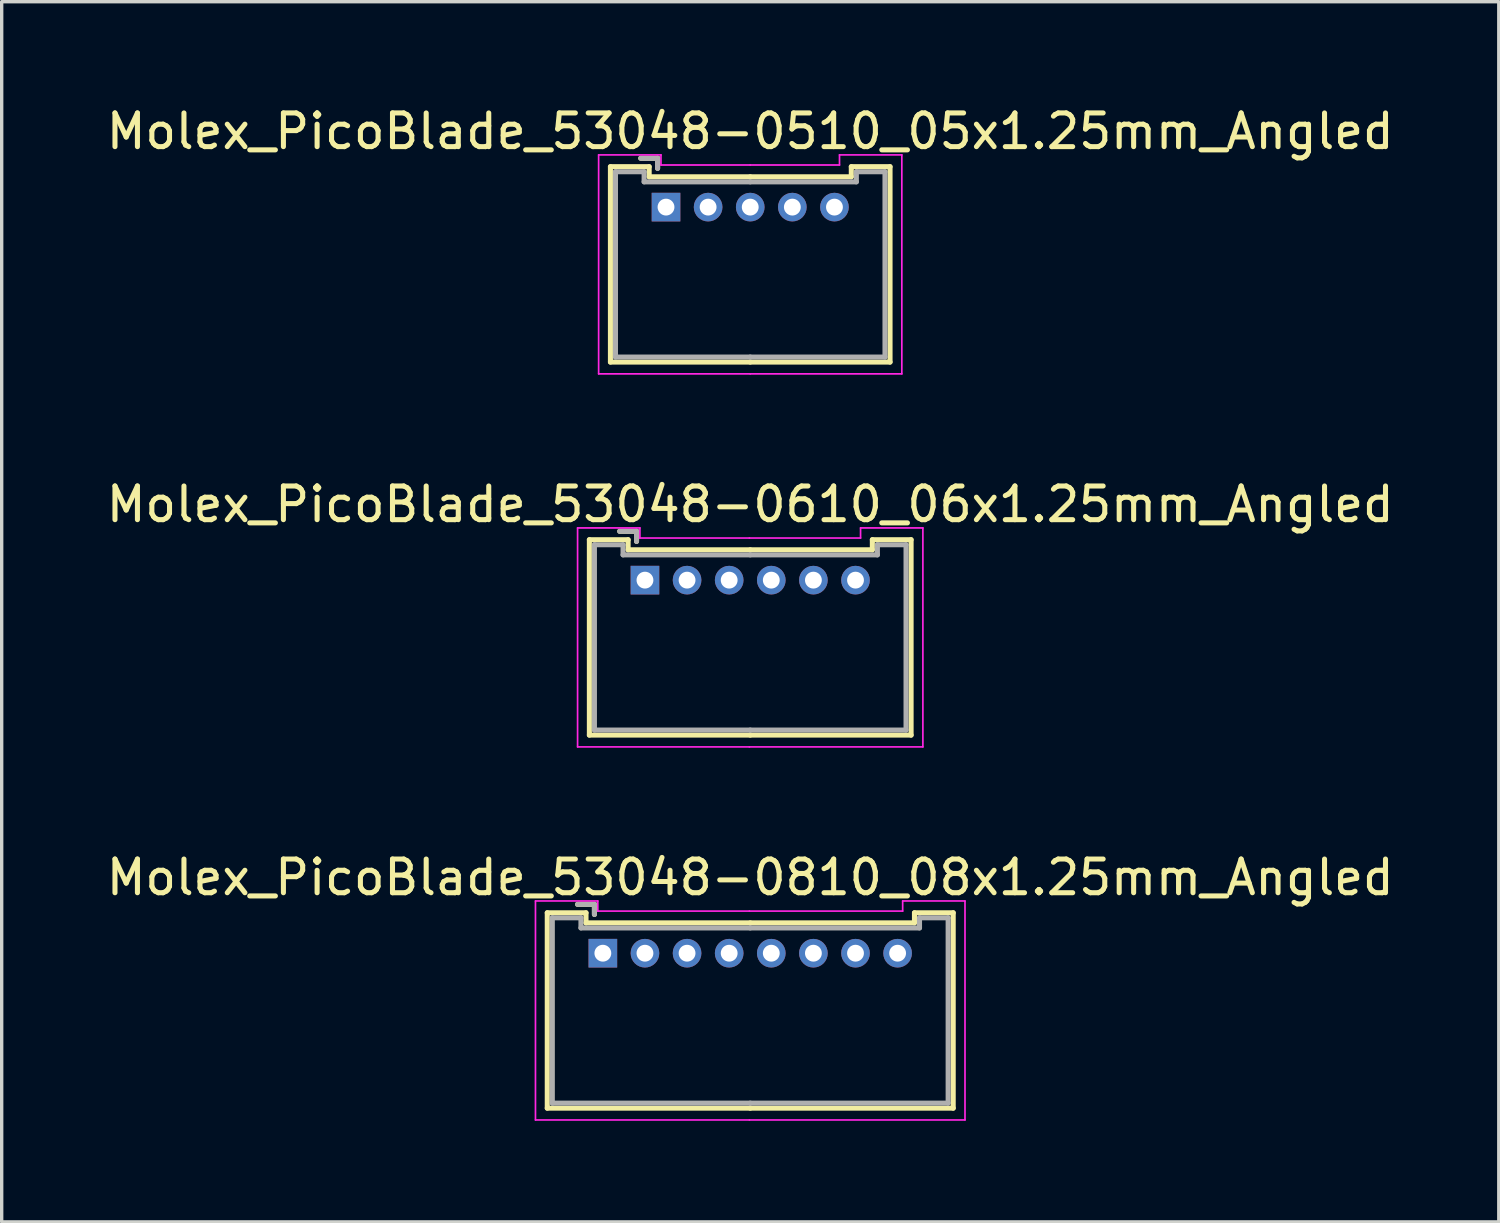
<source format=kicad_pcb>
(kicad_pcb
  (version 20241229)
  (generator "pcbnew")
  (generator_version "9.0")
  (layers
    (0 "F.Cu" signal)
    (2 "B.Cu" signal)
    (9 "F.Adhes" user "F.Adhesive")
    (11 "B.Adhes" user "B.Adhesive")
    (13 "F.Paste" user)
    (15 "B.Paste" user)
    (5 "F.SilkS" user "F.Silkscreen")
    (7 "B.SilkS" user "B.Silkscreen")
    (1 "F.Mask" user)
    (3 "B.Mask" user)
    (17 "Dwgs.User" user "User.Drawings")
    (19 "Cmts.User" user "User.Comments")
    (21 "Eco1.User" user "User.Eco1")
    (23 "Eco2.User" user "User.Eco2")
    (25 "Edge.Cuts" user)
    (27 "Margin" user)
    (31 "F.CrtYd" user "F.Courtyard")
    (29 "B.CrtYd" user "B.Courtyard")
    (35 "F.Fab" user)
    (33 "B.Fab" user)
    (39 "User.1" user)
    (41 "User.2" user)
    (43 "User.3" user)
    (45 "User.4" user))
  (footprint "Molex_PicoBlade_53048-0610_06x1.25mm_Angled"
    (layer "F.Cu")
    (at 16.095 14.171)
    (property "Reference" "Molex_PicoBlade_53048-0610_06x1.25mm_Angled" (at 3.125 -2.25 0) (layer "F.SilkS") (effects (font (size 1 1) (thickness 0.15))))
    (attr through_hole)
    (fp_line (start -1.65 -1.2) (end -1.65 4.6) (stroke (width 0.15) (type solid)) (layer "F.SilkS"))
    (fp_line (start -1.65 4.6) (end 3.125 4.6) (stroke (width 0.15) (type solid)) (layer "F.SilkS"))
    (fp_line (start -0.5 -1.2) (end -1.65 -1.2) (stroke (width 0.15) (type solid)) (layer "F.SilkS"))
    (fp_line (start -0.5 -0.9) (end -0.5 -1.2) (stroke (width 0.15) (type solid)) (layer "F.SilkS"))
    (fp_line (start -0.25 -1.45) (end -0.75 -1.45) (stroke (width 0.15) (type solid)) (layer "F.SilkS"))
    (fp_line (start -0.25 -1.15) (end -0.25 -1.45) (stroke (width 0.15) (type solid)) (layer "F.SilkS"))
    (fp_line (start 3.125 -0.9) (end -0.5 -0.9) (stroke (width 0.15) (type solid)) (layer "F.SilkS"))
    (fp_line (start 3.125 -0.9) (end 6.75 -0.9) (stroke (width 0.15) (type solid)) (layer "F.SilkS"))
    (fp_line (start 6.75 -1.2) (end 7.9 -1.2) (stroke (width 0.15) (type solid)) (layer "F.SilkS"))
    (fp_line (start 6.75 -0.9) (end 6.75 -1.2) (stroke (width 0.15) (type solid)) (layer "F.SilkS"))
    (fp_line (start 7.9 -1.2) (end 7.9 4.6) (stroke (width 0.15) (type solid)) (layer "F.SilkS"))
    (fp_line (start 7.9 4.6) (end 3.125 4.6) (stroke (width 0.15) (type solid)) (layer "F.SilkS"))
    (fp_line (start -2 -1.55) (end -2 4.95) (stroke (width 0.05) (type solid)) (layer "F.CrtYd"))
    (fp_line (start -2 4.95) (end 3.1 4.95) (stroke (width 0.05) (type solid)) (layer "F.CrtYd"))
    (fp_line (start -0.15 -1.55) (end -2 -1.55) (stroke (width 0.05) (type solid)) (layer "F.CrtYd"))
    (fp_line (start -0.15 -1.25) (end -0.15 -1.55) (stroke (width 0.05) (type solid)) (layer "F.CrtYd"))
    (fp_line (start 3.1 -1.25) (end -0.15 -1.25) (stroke (width 0.05) (type solid)) (layer "F.CrtYd"))
    (fp_line (start 3.1 -1.25) (end 6.4 -1.25) (stroke (width 0.05) (type solid)) (layer "F.CrtYd"))
    (fp_line (start 6.4 -1.55) (end 8.25 -1.55) (stroke (width 0.05) (type solid)) (layer "F.CrtYd"))
    (fp_line (start 6.4 -1.25) (end 6.4 -1.55) (stroke (width 0.05) (type solid)) (layer "F.CrtYd"))
    (fp_line (start 8.25 -1.55) (end 8.25 4.95) (stroke (width 0.05) (type solid)) (layer "F.CrtYd"))
    (fp_line (start 8.25 4.95) (end 3.1 4.95) (stroke (width 0.05) (type solid)) (layer "F.CrtYd"))
    (fp_line (start -1.5 -1.05) (end -1.5 4.45) (stroke (width 0.15) (type solid)) (layer "F.Fab"))
    (fp_line (start -1.5 4.45) (end 3.125 4.45) (stroke (width 0.15) (type solid)) (layer "F.Fab"))
    (fp_line (start -0.65 -1.05) (end -1.5 -1.05) (stroke (width 0.15) (type solid)) (layer "F.Fab"))
    (fp_line (start -0.65 -0.75) (end -0.65 -1.05) (stroke (width 0.15) (type solid)) (layer "F.Fab"))
    (fp_line (start -0.25 -1.45) (end -0.75 -1.45) (stroke (width 0.15) (type solid)) (layer "F.Fab"))
    (fp_line (start -0.25 -1.15) (end -0.25 -1.45) (stroke (width 0.15) (type solid)) (layer "F.Fab"))
    (fp_line (start 3.125 -0.75) (end -0.65 -0.75) (stroke (width 0.15) (type solid)) (layer "F.Fab"))
    (fp_line (start 3.125 -0.75) (end 6.9 -0.75) (stroke (width 0.15) (type solid)) (layer "F.Fab"))
    (fp_line (start 6.9 -1.05) (end 7.75 -1.05) (stroke (width 0.15) (type solid)) (layer "F.Fab"))
    (fp_line (start 6.9 -0.75) (end 6.9 -1.05) (stroke (width 0.15) (type solid)) (layer "F.Fab"))
    (fp_line (start 7.75 -1.05) (end 7.75 4.45) (stroke (width 0.15) (type solid)) (layer "F.Fab"))
    (fp_line (start 7.75 4.45) (end 3.125 4.45) (stroke (width 0.15) (type solid)) (layer "F.Fab"))
    (pad "1" thru_hole rect (at 0 0) (size 0.85 0.85) (drill 0.5) (layers "*.Cu" "*.Mask"))
    (pad "2" thru_hole circle (at 1.25 0) (size 0.85 0.85) (drill 0.5) (layers "*.Cu" "*.Mask"))
    (pad "3" thru_hole circle (at 2.5 0) (size 0.85 0.85) (drill 0.5) (layers "*.Cu" "*.Mask"))
    (pad "4" thru_hole circle (at 3.75 0) (size 0.85 0.85) (drill 0.5) (layers "*.Cu" "*.Mask"))
    (pad "5" thru_hole circle (at 5 0) (size 0.85 0.85) (drill 0.5) (layers "*.Cu" "*.Mask"))
    (pad "6" thru_hole circle (at 6.25 0) (size 0.85 0.85) (drill 0.5) (layers "*.Cu" "*.Mask")))
  (footprint "Molex_PicoBlade_53048-0810_08x1.25mm_Angled"
    (layer "F.Cu")
    (at 14.845 25.245)
    (property "Reference" "Molex_PicoBlade_53048-0810_08x1.25mm_Angled" (at 4.375 -2.25 0) (layer "F.SilkS") (effects (font (size 1 1) (thickness 0.15))))
    (attr through_hole)
    (fp_line (start -1.65 -1.2) (end -1.65 4.6) (stroke (width 0.15) (type solid)) (layer "F.SilkS"))
    (fp_line (start -1.65 4.6) (end 4.375 4.6) (stroke (width 0.15) (type solid)) (layer "F.SilkS"))
    (fp_line (start -0.5 -1.2) (end -1.65 -1.2) (stroke (width 0.15) (type solid)) (layer "F.SilkS"))
    (fp_line (start -0.5 -0.9) (end -0.5 -1.2) (stroke (width 0.15) (type solid)) (layer "F.SilkS"))
    (fp_line (start -0.25 -1.45) (end -0.75 -1.45) (stroke (width 0.15) (type solid)) (layer "F.SilkS"))
    (fp_line (start -0.25 -1.15) (end -0.25 -1.45) (stroke (width 0.15) (type solid)) (layer "F.SilkS"))
    (fp_line (start 4.375 -0.9) (end -0.5 -0.9) (stroke (width 0.15) (type solid)) (layer "F.SilkS"))
    (fp_line (start 4.375 -0.9) (end 9.25 -0.9) (stroke (width 0.15) (type solid)) (layer "F.SilkS"))
    (fp_line (start 9.25 -1.2) (end 10.4 -1.2) (stroke (width 0.15) (type solid)) (layer "F.SilkS"))
    (fp_line (start 9.25 -0.9) (end 9.25 -1.2) (stroke (width 0.15) (type solid)) (layer "F.SilkS"))
    (fp_line (start 10.4 -1.2) (end 10.4 4.6) (stroke (width 0.15) (type solid)) (layer "F.SilkS"))
    (fp_line (start 10.4 4.6) (end 4.375 4.6) (stroke (width 0.15) (type solid)) (layer "F.SilkS"))
    (fp_line (start -2 -1.55) (end -2 4.95) (stroke (width 0.05) (type solid)) (layer "F.CrtYd"))
    (fp_line (start -2 4.95) (end 4.35 4.95) (stroke (width 0.05) (type solid)) (layer "F.CrtYd"))
    (fp_line (start -0.15 -1.55) (end -2 -1.55) (stroke (width 0.05) (type solid)) (layer "F.CrtYd"))
    (fp_line (start -0.15 -1.25) (end -0.15 -1.55) (stroke (width 0.05) (type solid)) (layer "F.CrtYd"))
    (fp_line (start 4.35 -1.25) (end -0.15 -1.25) (stroke (width 0.05) (type solid)) (layer "F.CrtYd"))
    (fp_line (start 4.35 -1.25) (end 8.9 -1.25) (stroke (width 0.05) (type solid)) (layer "F.CrtYd"))
    (fp_line (start 8.9 -1.55) (end 10.75 -1.55) (stroke (width 0.05) (type solid)) (layer "F.CrtYd"))
    (fp_line (start 8.9 -1.25) (end 8.9 -1.55) (stroke (width 0.05) (type solid)) (layer "F.CrtYd"))
    (fp_line (start 10.75 -1.55) (end 10.75 4.95) (stroke (width 0.05) (type solid)) (layer "F.CrtYd"))
    (fp_line (start 10.75 4.95) (end 4.35 4.95) (stroke (width 0.05) (type solid)) (layer "F.CrtYd"))
    (fp_line (start -1.5 -1.05) (end -1.5 4.45) (stroke (width 0.15) (type solid)) (layer "F.Fab"))
    (fp_line (start -1.5 4.45) (end 4.375 4.45) (stroke (width 0.15) (type solid)) (layer "F.Fab"))
    (fp_line (start -0.65 -1.05) (end -1.5 -1.05) (stroke (width 0.15) (type solid)) (layer "F.Fab"))
    (fp_line (start -0.65 -0.75) (end -0.65 -1.05) (stroke (width 0.15) (type solid)) (layer "F.Fab"))
    (fp_line (start -0.25 -1.45) (end -0.75 -1.45) (stroke (width 0.15) (type solid)) (layer "F.Fab"))
    (fp_line (start -0.25 -1.15) (end -0.25 -1.45) (stroke (width 0.15) (type solid)) (layer "F.Fab"))
    (fp_line (start 4.375 -0.75) (end -0.65 -0.75) (stroke (width 0.15) (type solid)) (layer "F.Fab"))
    (fp_line (start 4.375 -0.75) (end 9.4 -0.75) (stroke (width 0.15) (type solid)) (layer "F.Fab"))
    (fp_line (start 9.4 -1.05) (end 10.25 -1.05) (stroke (width 0.15) (type solid)) (layer "F.Fab"))
    (fp_line (start 9.4 -0.75) (end 9.4 -1.05) (stroke (width 0.15) (type solid)) (layer "F.Fab"))
    (fp_line (start 10.25 -1.05) (end 10.25 4.45) (stroke (width 0.15) (type solid)) (layer "F.Fab"))
    (fp_line (start 10.25 4.45) (end 4.375 4.45) (stroke (width 0.15) (type solid)) (layer "F.Fab"))
    (pad "1" thru_hole rect (at 0 0) (size 0.85 0.85) (drill 0.5) (layers "*.Cu" "*.Mask"))
    (pad "2" thru_hole circle (at 1.25 0) (size 0.85 0.85) (drill 0.5) (layers "*.Cu" "*.Mask"))
    (pad "3" thru_hole circle (at 2.5 0) (size 0.85 0.85) (drill 0.5) (layers "*.Cu" "*.Mask"))
    (pad "4" thru_hole circle (at 3.75 0) (size 0.85 0.85) (drill 0.5) (layers "*.Cu" "*.Mask"))
    (pad "5" thru_hole circle (at 5 0) (size 0.85 0.85) (drill 0.5) (layers "*.Cu" "*.Mask"))
    (pad "6" thru_hole circle (at 6.25 0) (size 0.85 0.85) (drill 0.5) (layers "*.Cu" "*.Mask"))
    (pad "7" thru_hole circle (at 7.5 0) (size 0.85 0.85) (drill 0.5) (layers "*.Cu" "*.Mask"))
    (pad "8" thru_hole circle (at 8.75 0) (size 0.85 0.85) (drill 0.5) (layers "*.Cu" "*.Mask")))
  (footprint "Molex_PicoBlade_53048-0510_05x1.25mm_Angled"
    (layer "F.Cu")
    (at 16.72 3.098)
    (property "Reference" "Molex_PicoBlade_53048-0510_05x1.25mm_Angled" (at 2.5 -2.25 0) (layer "F.SilkS") (effects (font (size 1 1) (thickness 0.15))))
    (attr through_hole)
    (fp_line (start -1.65 -1.2) (end -1.65 4.6) (stroke (width 0.15) (type solid)) (layer "F.SilkS"))
    (fp_line (start -1.65 4.6) (end 2.5 4.6) (stroke (width 0.15) (type solid)) (layer "F.SilkS"))
    (fp_line (start -0.5 -1.2) (end -1.65 -1.2) (stroke (width 0.15) (type solid)) (layer "F.SilkS"))
    (fp_line (start -0.5 -0.9) (end -0.5 -1.2) (stroke (width 0.15) (type solid)) (layer "F.SilkS"))
    (fp_line (start -0.25 -1.45) (end -0.75 -1.45) (stroke (width 0.15) (type solid)) (layer "F.SilkS"))
    (fp_line (start -0.25 -1.15) (end -0.25 -1.45) (stroke (width 0.15) (type solid)) (layer "F.SilkS"))
    (fp_line (start 2.5 -0.9) (end -0.5 -0.9) (stroke (width 0.15) (type solid)) (layer "F.SilkS"))
    (fp_line (start 2.5 -0.9) (end 5.5 -0.9) (stroke (width 0.15) (type solid)) (layer "F.SilkS"))
    (fp_line (start 5.5 -1.2) (end 6.65 -1.2) (stroke (width 0.15) (type solid)) (layer "F.SilkS"))
    (fp_line (start 5.5 -0.9) (end 5.5 -1.2) (stroke (width 0.15) (type solid)) (layer "F.SilkS"))
    (fp_line (start 6.65 -1.2) (end 6.65 4.6) (stroke (width 0.15) (type solid)) (layer "F.SilkS"))
    (fp_line (start 6.65 4.6) (end 2.5 4.6) (stroke (width 0.15) (type solid)) (layer "F.SilkS"))
    (fp_line (start -2 -1.55) (end -2 4.95) (stroke (width 0.05) (type solid)) (layer "F.CrtYd"))
    (fp_line (start -2 4.95) (end 2.5 4.95) (stroke (width 0.05) (type solid)) (layer "F.CrtYd"))
    (fp_line (start -0.15 -1.55) (end -2 -1.55) (stroke (width 0.05) (type solid)) (layer "F.CrtYd"))
    (fp_line (start -0.15 -1.25) (end -0.15 -1.55) (stroke (width 0.05) (type solid)) (layer "F.CrtYd"))
    (fp_line (start 2.5 -1.25) (end -0.15 -1.25) (stroke (width 0.05) (type solid)) (layer "F.CrtYd"))
    (fp_line (start 2.5 -1.25) (end 5.15 -1.25) (stroke (width 0.05) (type solid)) (layer "F.CrtYd"))
    (fp_line (start 5.15 -1.55) (end 7 -1.55) (stroke (width 0.05) (type solid)) (layer "F.CrtYd"))
    (fp_line (start 5.15 -1.25) (end 5.15 -1.55) (stroke (width 0.05) (type solid)) (layer "F.CrtYd"))
    (fp_line (start 7 -1.55) (end 7 4.95) (stroke (width 0.05) (type solid)) (layer "F.CrtYd"))
    (fp_line (start 7 4.95) (end 2.5 4.95) (stroke (width 0.05) (type solid)) (layer "F.CrtYd"))
    (fp_line (start -1.5 -1.05) (end -1.5 4.45) (stroke (width 0.15) (type solid)) (layer "F.Fab"))
    (fp_line (start -1.5 4.45) (end 2.5 4.45) (stroke (width 0.15) (type solid)) (layer "F.Fab"))
    (fp_line (start -0.65 -1.05) (end -1.5 -1.05) (stroke (width 0.15) (type solid)) (layer "F.Fab"))
    (fp_line (start -0.65 -0.75) (end -0.65 -1.05) (stroke (width 0.15) (type solid)) (layer "F.Fab"))
    (fp_line (start -0.25 -1.45) (end -0.75 -1.45) (stroke (width 0.15) (type solid)) (layer "F.Fab"))
    (fp_line (start -0.25 -1.15) (end -0.25 -1.45) (stroke (width 0.15) (type solid)) (layer "F.Fab"))
    (fp_line (start 2.5 -0.75) (end -0.65 -0.75) (stroke (width 0.15) (type solid)) (layer "F.Fab"))
    (fp_line (start 2.5 -0.75) (end 5.65 -0.75) (stroke (width 0.15) (type solid)) (layer "F.Fab"))
    (fp_line (start 5.65 -1.05) (end 6.5 -1.05) (stroke (width 0.15) (type solid)) (layer "F.Fab"))
    (fp_line (start 5.65 -0.75) (end 5.65 -1.05) (stroke (width 0.15) (type solid)) (layer "F.Fab"))
    (fp_line (start 6.5 -1.05) (end 6.5 4.45) (stroke (width 0.15) (type solid)) (layer "F.Fab"))
    (fp_line (start 6.5 4.45) (end 2.5 4.45) (stroke (width 0.15) (type solid)) (layer "F.Fab"))
    (pad "1" thru_hole rect (at 0 0) (size 0.85 0.85) (drill 0.5) (layers "*.Cu" "*.Mask"))
    (pad "2" thru_hole circle (at 1.25 0) (size 0.85 0.85) (drill 0.5) (layers "*.Cu" "*.Mask"))
    (pad "3" thru_hole circle (at 2.5 0) (size 0.85 0.85) (drill 0.5) (layers "*.Cu" "*.Mask"))
    (pad "4" thru_hole circle (at 3.75 0) (size 0.85 0.85) (drill 0.5) (layers "*.Cu" "*.Mask"))
    (pad "5" thru_hole circle (at 5 0) (size 0.85 0.85) (drill 0.5) (layers "*.Cu" "*.Mask")))
  (gr_rect
    (start -3 -3)
    (end 41.44 33.22)
    (stroke (width 0.1) (type default))
    (fill no)
    (layer "Edge.Cuts")))
</source>
